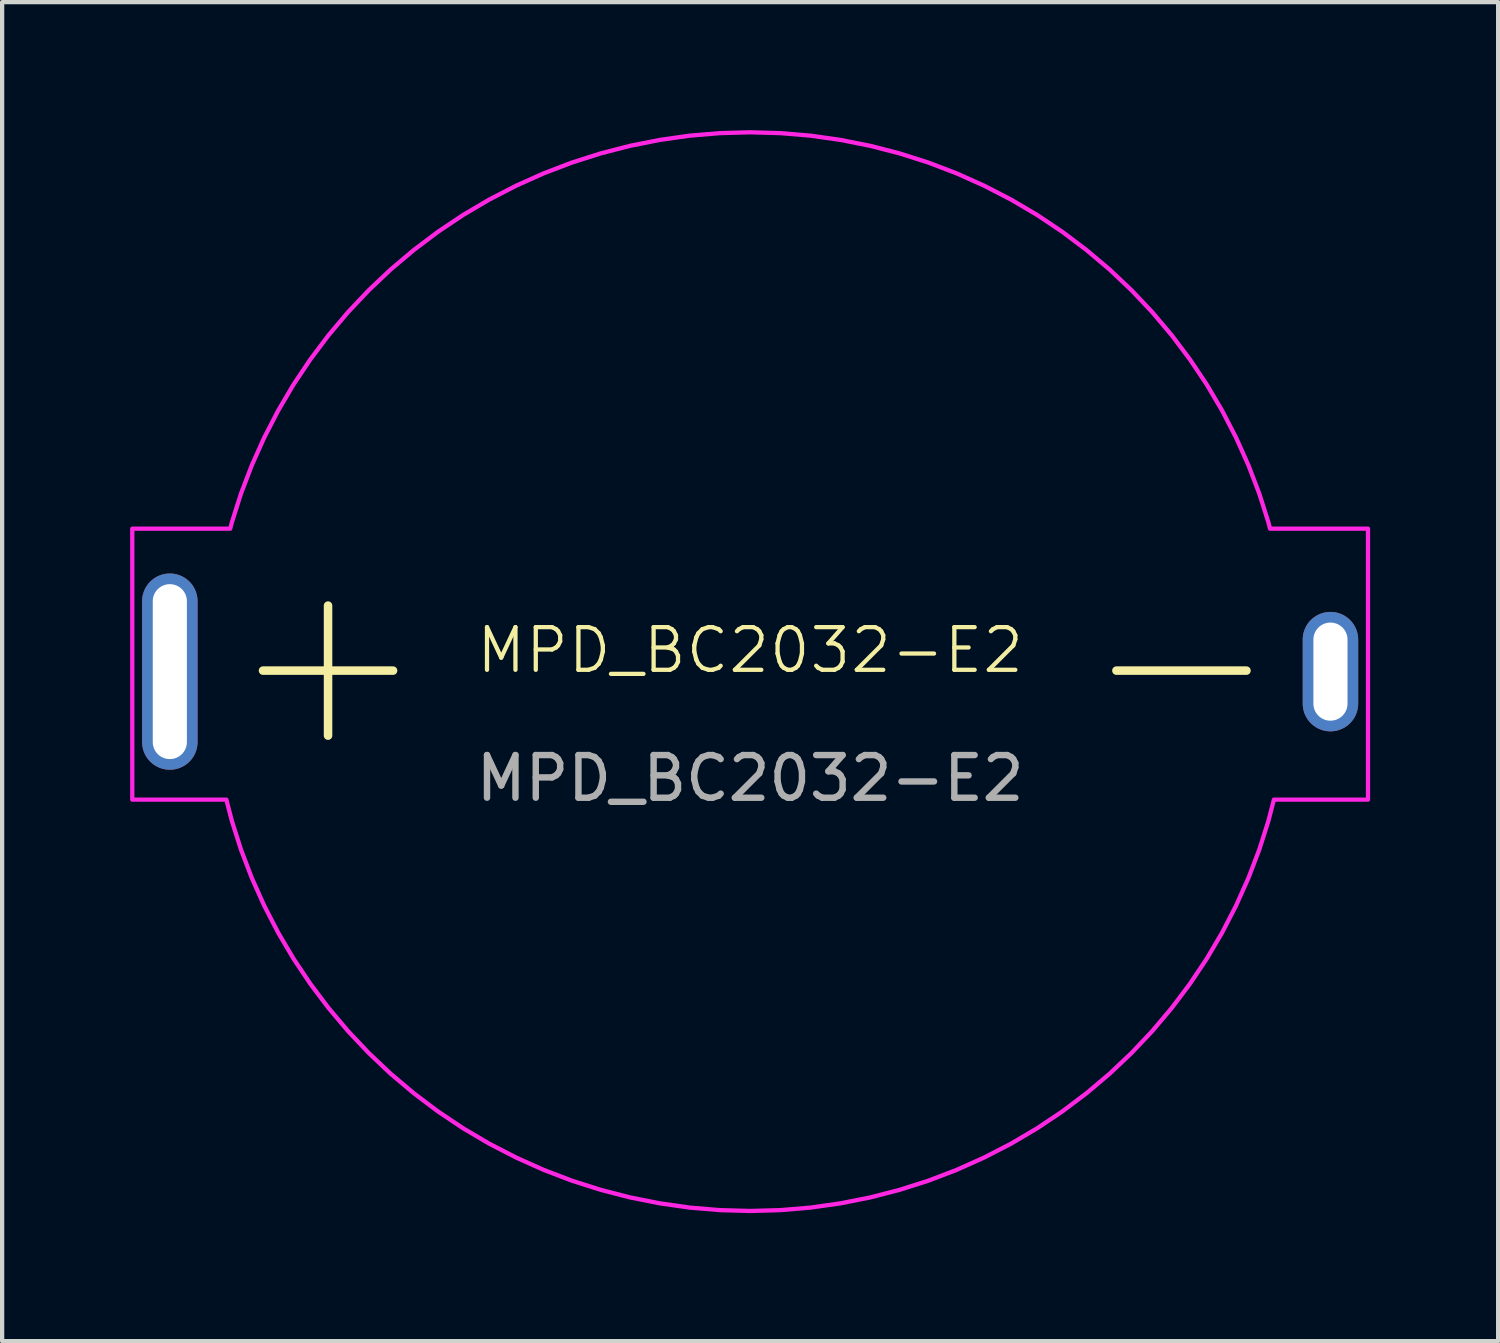
<source format=kicad_pcb>
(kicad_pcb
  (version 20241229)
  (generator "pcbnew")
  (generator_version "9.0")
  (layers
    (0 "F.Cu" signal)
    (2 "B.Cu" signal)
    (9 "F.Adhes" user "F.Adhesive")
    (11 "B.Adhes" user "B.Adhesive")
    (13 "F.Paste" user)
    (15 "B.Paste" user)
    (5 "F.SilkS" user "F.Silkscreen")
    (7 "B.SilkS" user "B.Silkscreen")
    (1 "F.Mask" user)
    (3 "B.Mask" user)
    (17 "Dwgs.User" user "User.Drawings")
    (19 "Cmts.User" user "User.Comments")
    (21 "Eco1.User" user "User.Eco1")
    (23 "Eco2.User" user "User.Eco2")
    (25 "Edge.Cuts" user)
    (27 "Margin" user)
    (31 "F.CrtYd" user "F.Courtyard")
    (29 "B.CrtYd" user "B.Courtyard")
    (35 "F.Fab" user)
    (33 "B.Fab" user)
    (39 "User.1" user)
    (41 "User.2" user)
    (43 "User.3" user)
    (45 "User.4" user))
  (footprint "MPD_BC2032-E2"
    (layer "F.Cu")
    (at 14.53 12.69)
    (property "Reference" "MPD_BC2032-E2" (at 0 -0.5 0) (unlocked yes) (layer "F.SilkS") (effects (font (size 1 1) (thickness 0.1))))
    (attr through_hole)
    (fp_poly (pts (xy 0.709 -12.62) (xy 1.415 -12.561) (xy 2.117 -12.461) (xy 2.813 -12.323) (xy 3.499 -12.146) (xy 4.175 -11.931) (xy 4.837 -11.678) (xy 5.484 -11.388) (xy 6.114 -11.063) (xy 6.725 -10.703) (xy 7.314 -10.309) (xy 7.881 -9.882) (xy 8.423 -9.425) (xy 8.938 -8.938) (xy 9.425 -8.423) (xy 9.882 -7.881) (xy 10.309 -7.314) (xy 10.703 -6.725) (xy 11.063 -6.114) (xy 11.388 -5.484) (xy 11.678 -4.837) (xy 11.931 -4.175) (xy 12.146 -3.499) (xy 12.184 -3.35) (xy 14.48 -3.35) (xy 14.48 3) (xy 12.275 3) (xy 12.146 3.499) (xy 11.931 4.175) (xy 11.678 4.837) (xy 11.388 5.484) (xy 11.063 6.114) (xy 10.703 6.725) (xy 10.309 7.314) (xy 9.882 7.881) (xy 9.425 8.423) (xy 8.938 8.938) (xy 8.423 9.425) (xy 7.881 9.882) (xy 7.314 10.309) (xy 6.725 10.703) (xy 6.114 11.063) (xy 5.484 11.388) (xy 4.837 11.678) (xy 4.175 11.931) (xy 3.499 12.146) (xy 2.813 12.323) (xy 2.117 12.461) (xy 1.415 12.561) (xy 0.709 12.62) (xy 0 12.64) (xy -0.709 12.62) (xy -1.415 12.561) (xy -2.117 12.461) (xy -2.813 12.323) (xy -3.499 12.146) (xy -4.175 11.931) (xy -4.837 11.678) (xy -5.484 11.388) (xy -6.114 11.063) (xy -6.725 10.703) (xy -7.314 10.309) (xy -7.881 9.882) (xy -8.423 9.425) (xy -8.938 8.938) (xy -9.425 8.423) (xy -9.882 7.881) (xy -10.309 7.314) (xy -10.703 6.725) (xy -11.063 6.114) (xy -11.388 5.484) (xy -11.678 4.837) (xy -11.931 4.175) (xy -12.146 3.499) (xy -12.275 3) (xy -14.48 3) (xy -14.48 -3.35) (xy -12.184 -3.35) (xy -12.146 -3.499) (xy -11.931 -4.175) (xy -11.678 -4.837) (xy -11.388 -5.484) (xy -11.063 -6.114) (xy -10.703 -6.725) (xy -10.309 -7.314) (xy -9.882 -7.881) (xy -9.425 -8.423) (xy -8.938 -8.938) (xy -8.423 -9.425) (xy -7.881 -9.882) (xy -7.314 -10.309) (xy -6.725 -10.703) (xy -6.114 -11.063) (xy -5.484 -11.388) (xy -4.837 -11.678) (xy -4.175 -11.931) (xy -3.499 -12.146) (xy -2.813 -12.323) (xy -2.117 -12.461) (xy -1.415 -12.561) (xy -0.709 -12.62) (xy 0 -12.64)) (stroke (width 0.1) (type default)) (fill no) (layer "F.CrtYd"))
    (fp_text user "-" (at 7.5 2 0) (unlocked yes) (layer "F.SilkS") (effects (font (size 4 4) (thickness 0.2) (bold yes)) (justify left bottom)))
    (fp_text user "+" (at -12.5 2 0) (unlocked yes) (layer "F.SilkS") (effects (font (size 4 4) (thickness 0.2) (bold yes)) (justify left bottom)))
    (fp_text user "${REFERENCE}" (at 0 2.5 0) (unlocked yes) (layer "F.Fab") (effects (font (size 1 1) (thickness 0.15))))
    (pad "1" thru_hole oval (at -13.6 0) (size 1.3 4.6) (drill oval 0.8 4.1) (layers "*.Cu" "*.Mask"))
    (pad "2" thru_hole oval (at 13.6 0) (size 1.3 2.8) (drill oval 0.8 2.3) (layers "*.Cu" "*.Mask")))
  (gr_rect
    (start -3 -3)
    (end 32.06 28.38)
    (stroke (width 0.1) (type default))
    (fill no)
    (layer "Edge.Cuts")))
</source>
